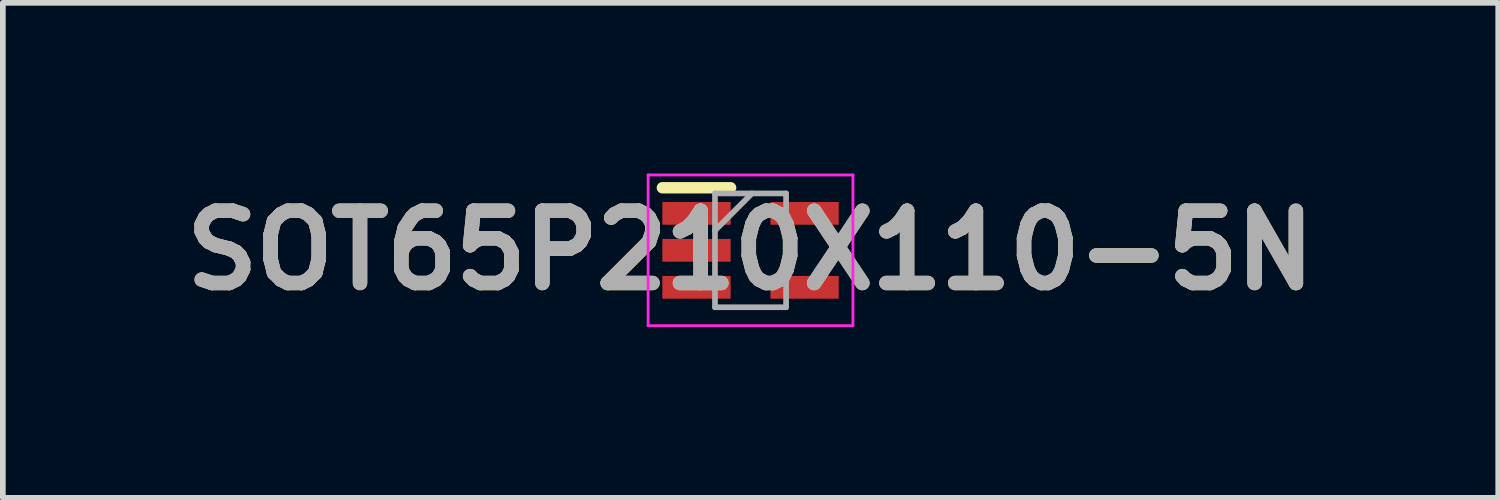
<source format=kicad_pcb>
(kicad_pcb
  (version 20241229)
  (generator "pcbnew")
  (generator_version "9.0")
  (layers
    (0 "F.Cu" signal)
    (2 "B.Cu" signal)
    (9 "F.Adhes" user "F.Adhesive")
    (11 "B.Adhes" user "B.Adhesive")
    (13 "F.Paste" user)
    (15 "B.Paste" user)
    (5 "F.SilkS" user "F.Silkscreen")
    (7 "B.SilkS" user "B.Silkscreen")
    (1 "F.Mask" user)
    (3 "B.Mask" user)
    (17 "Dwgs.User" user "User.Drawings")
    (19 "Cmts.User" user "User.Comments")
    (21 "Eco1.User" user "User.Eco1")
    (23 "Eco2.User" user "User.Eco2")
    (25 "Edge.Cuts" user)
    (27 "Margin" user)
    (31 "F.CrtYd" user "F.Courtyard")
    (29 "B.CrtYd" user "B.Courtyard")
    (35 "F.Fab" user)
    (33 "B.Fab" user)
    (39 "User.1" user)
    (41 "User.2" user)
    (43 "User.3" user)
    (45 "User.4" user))
  (footprint "SOT65P210X110-5N"
    (layer "F.Cu")
    (at 10.142 1.35)
    (property "Reference" "SOT65P210X110-5N" (at 0 0 0) (layer "F.SilkS") (effects (font (size 1.27 1.27) (thickness 0.254))))
    (attr smd)
    (fp_line (start -1.55 -1.1) (end -0.35 -1.1) (stroke (width 0.2) (type solid)) (layer "F.SilkS"))
    (fp_line (start -1.8 -1.325) (end 1.8 -1.325) (stroke (width 0.05) (type solid)) (layer "F.CrtYd"))
    (fp_line (start -1.8 1.325) (end -1.8 -1.325) (stroke (width 0.05) (type solid)) (layer "F.CrtYd"))
    (fp_line (start 1.8 -1.325) (end 1.8 1.325) (stroke (width 0.05) (type solid)) (layer "F.CrtYd"))
    (fp_line (start 1.8 1.325) (end -1.8 1.325) (stroke (width 0.05) (type solid)) (layer "F.CrtYd"))
    (fp_line (start -0.625 -1) (end 0.625 -1) (stroke (width 0.1) (type solid)) (layer "F.Fab"))
    (fp_line (start -0.625 -0.35) (end 0.025 -1) (stroke (width 0.1) (type solid)) (layer "F.Fab"))
    (fp_line (start -0.625 1) (end -0.625 -1) (stroke (width 0.1) (type solid)) (layer "F.Fab"))
    (fp_line (start 0.625 -1) (end 0.625 1) (stroke (width 0.1) (type solid)) (layer "F.Fab"))
    (fp_line (start 0.625 1) (end -0.625 1) (stroke (width 0.1) (type solid)) (layer "F.Fab"))
    (fp_text user "${REFERENCE}" (at 0 0 0) (layer "F.Fab") (effects (font (size 1.27 1.27) (thickness 0.254))))
    (pad "1" smd rect (at -0.95 -0.65 90) (size 0.4 1.2) (layers "F.Cu" "F.Mask" "F.Paste"))
    (pad "2" smd rect (at -0.95 0 90) (size 0.4 1.2) (layers "F.Cu" "F.Mask" "F.Paste"))
    (pad "3" smd rect (at -0.95 0.65 90) (size 0.4 1.2) (layers "F.Cu" "F.Mask" "F.Paste"))
    (pad "4" smd rect (at 0.95 0.65 90) (size 0.4 1.2) (layers "F.Cu" "F.Mask" "F.Paste"))
    (pad "5" smd rect (at 0.95 -0.65 90) (size 0.4 1.2) (layers "F.Cu" "F.Mask" "F.Paste")))
  (gr_rect
    (start -3 -3)
    (end 23.284 5.7)
    (stroke (width 0.1) (type default))
    (fill no)
    (layer "Edge.Cuts")))
</source>
